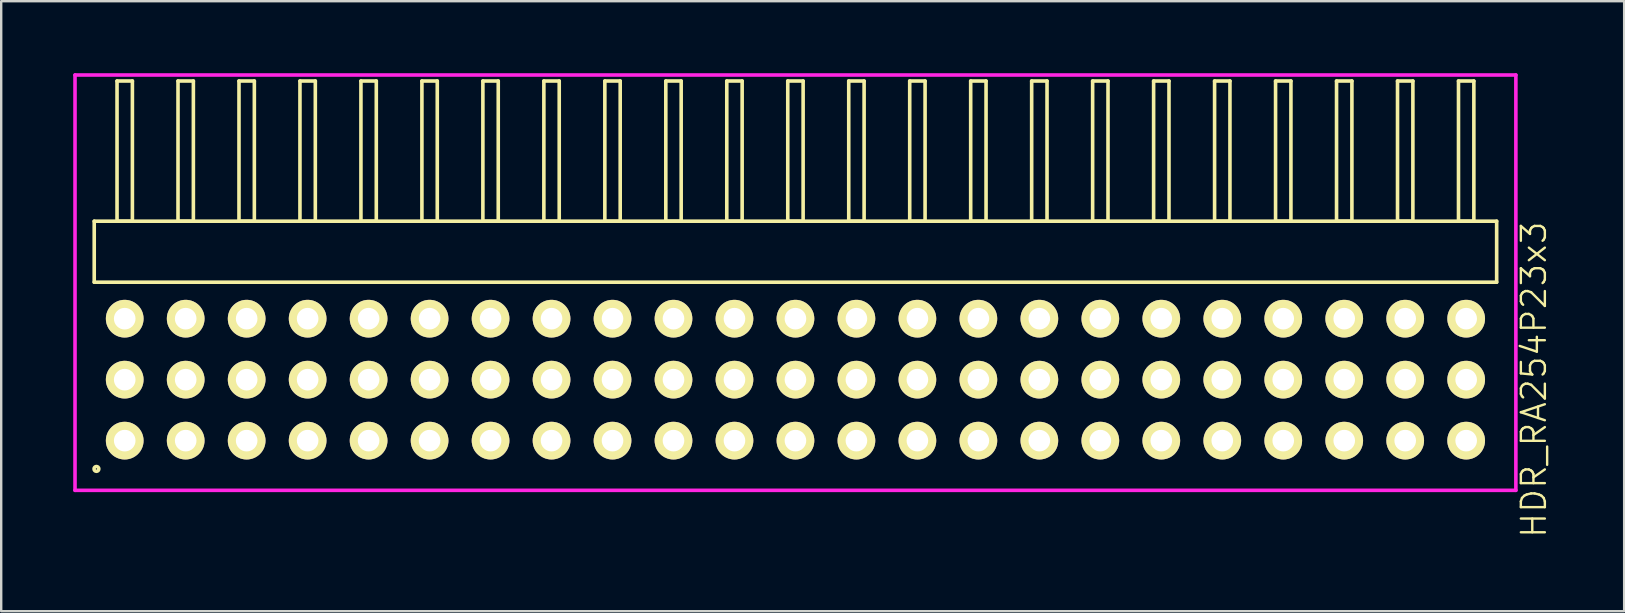
<source format=kicad_pcb>
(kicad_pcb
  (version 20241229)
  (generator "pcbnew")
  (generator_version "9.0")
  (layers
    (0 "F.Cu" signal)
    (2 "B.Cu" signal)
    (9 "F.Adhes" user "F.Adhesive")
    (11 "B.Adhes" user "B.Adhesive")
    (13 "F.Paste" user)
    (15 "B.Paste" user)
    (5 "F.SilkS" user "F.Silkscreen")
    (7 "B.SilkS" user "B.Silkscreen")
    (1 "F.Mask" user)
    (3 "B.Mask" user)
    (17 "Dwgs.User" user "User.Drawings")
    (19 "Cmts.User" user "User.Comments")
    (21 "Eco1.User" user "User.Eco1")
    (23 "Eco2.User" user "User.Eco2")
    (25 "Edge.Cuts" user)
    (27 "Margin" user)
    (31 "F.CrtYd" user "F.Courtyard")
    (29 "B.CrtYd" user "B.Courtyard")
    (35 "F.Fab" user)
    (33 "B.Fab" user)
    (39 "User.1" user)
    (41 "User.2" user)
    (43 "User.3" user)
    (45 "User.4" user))
  (footprint "HDR_RA254P23x3"
    (layer "F.Cu")
    (at 30.085 12.765)
    (property "Reference" "HDR_RA254P23x3" (at 30.76 0 90) (layer "F.SilkS") (effects (font (size 1 1) (thickness 0.1))))
    (attr through_hole)
    (fp_line (start -29.21 -6.6) (end -29.21 -4.06) (stroke (width 0.15) (type solid)) (layer "F.SilkS"))
    (fp_line (start -29.21 -4.06) (end 29.21 -4.06) (stroke (width 0.15) (type solid)) (layer "F.SilkS"))
    (fp_line (start -28.26 -12.44) (end -28.26 -6.6) (stroke (width 0.15) (type solid)) (layer "F.SilkS"))
    (fp_line (start -28.26 -6.6) (end -27.62 -6.6) (stroke (width 0.15) (type solid)) (layer "F.SilkS"))
    (fp_line (start -27.62 -12.44) (end -28.26 -12.44) (stroke (width 0.15) (type solid)) (layer "F.SilkS"))
    (fp_line (start -27.62 -6.6) (end -27.62 -12.44) (stroke (width 0.15) (type solid)) (layer "F.SilkS"))
    (fp_line (start -25.72 -12.44) (end -25.72 -6.6) (stroke (width 0.15) (type solid)) (layer "F.SilkS"))
    (fp_line (start -25.72 -6.6) (end -25.08 -6.6) (stroke (width 0.15) (type solid)) (layer "F.SilkS"))
    (fp_line (start -25.08 -12.44) (end -25.72 -12.44) (stroke (width 0.15) (type solid)) (layer "F.SilkS"))
    (fp_line (start -25.08 -6.6) (end -25.08 -12.44) (stroke (width 0.15) (type solid)) (layer "F.SilkS"))
    (fp_line (start -23.18 -12.44) (end -23.18 -6.6) (stroke (width 0.15) (type solid)) (layer "F.SilkS"))
    (fp_line (start -23.18 -6.6) (end -22.54 -6.6) (stroke (width 0.15) (type solid)) (layer "F.SilkS"))
    (fp_line (start -22.54 -12.44) (end -23.18 -12.44) (stroke (width 0.15) (type solid)) (layer "F.SilkS"))
    (fp_line (start -22.54 -6.6) (end -22.54 -12.44) (stroke (width 0.15) (type solid)) (layer "F.SilkS"))
    (fp_line (start -20.64 -12.44) (end -20.64 -6.6) (stroke (width 0.15) (type solid)) (layer "F.SilkS"))
    (fp_line (start -20.64 -6.6) (end -20 -6.6) (stroke (width 0.15) (type solid)) (layer "F.SilkS"))
    (fp_line (start -20 -12.44) (end -20.64 -12.44) (stroke (width 0.15) (type solid)) (layer "F.SilkS"))
    (fp_line (start -20 -6.6) (end -20 -12.44) (stroke (width 0.15) (type solid)) (layer "F.SilkS"))
    (fp_line (start -18.1 -12.44) (end -18.1 -6.6) (stroke (width 0.15) (type solid)) (layer "F.SilkS"))
    (fp_line (start -18.1 -6.6) (end -17.46 -6.6) (stroke (width 0.15) (type solid)) (layer "F.SilkS"))
    (fp_line (start -17.46 -12.44) (end -18.1 -12.44) (stroke (width 0.15) (type solid)) (layer "F.SilkS"))
    (fp_line (start -17.46 -6.6) (end -17.46 -12.44) (stroke (width 0.15) (type solid)) (layer "F.SilkS"))
    (fp_line (start -15.56 -12.44) (end -15.56 -6.6) (stroke (width 0.15) (type solid)) (layer "F.SilkS"))
    (fp_line (start -15.56 -6.6) (end -14.92 -6.6) (stroke (width 0.15) (type solid)) (layer "F.SilkS"))
    (fp_line (start -14.92 -12.44) (end -15.56 -12.44) (stroke (width 0.15) (type solid)) (layer "F.SilkS"))
    (fp_line (start -14.92 -6.6) (end -14.92 -12.44) (stroke (width 0.15) (type solid)) (layer "F.SilkS"))
    (fp_line (start -13.02 -12.44) (end -13.02 -6.6) (stroke (width 0.15) (type solid)) (layer "F.SilkS"))
    (fp_line (start -13.02 -6.6) (end -12.38 -6.6) (stroke (width 0.15) (type solid)) (layer "F.SilkS"))
    (fp_line (start -12.38 -12.44) (end -13.02 -12.44) (stroke (width 0.15) (type solid)) (layer "F.SilkS"))
    (fp_line (start -12.38 -6.6) (end -12.38 -12.44) (stroke (width 0.15) (type solid)) (layer "F.SilkS"))
    (fp_line (start -10.48 -12.44) (end -10.48 -6.6) (stroke (width 0.15) (type solid)) (layer "F.SilkS"))
    (fp_line (start -10.48 -6.6) (end -9.84 -6.6) (stroke (width 0.15) (type solid)) (layer "F.SilkS"))
    (fp_line (start -9.84 -12.44) (end -10.48 -12.44) (stroke (width 0.15) (type solid)) (layer "F.SilkS"))
    (fp_line (start -9.84 -6.6) (end -9.84 -12.44) (stroke (width 0.15) (type solid)) (layer "F.SilkS"))
    (fp_line (start -7.94 -12.44) (end -7.94 -6.6) (stroke (width 0.15) (type solid)) (layer "F.SilkS"))
    (fp_line (start -7.94 -6.6) (end -7.3 -6.6) (stroke (width 0.15) (type solid)) (layer "F.SilkS"))
    (fp_line (start -7.3 -12.44) (end -7.94 -12.44) (stroke (width 0.15) (type solid)) (layer "F.SilkS"))
    (fp_line (start -7.3 -6.6) (end -7.3 -12.44) (stroke (width 0.15) (type solid)) (layer "F.SilkS"))
    (fp_line (start -5.4 -12.44) (end -5.4 -6.6) (stroke (width 0.15) (type solid)) (layer "F.SilkS"))
    (fp_line (start -5.4 -6.6) (end -4.76 -6.6) (stroke (width 0.15) (type solid)) (layer "F.SilkS"))
    (fp_line (start -4.76 -12.44) (end -5.4 -12.44) (stroke (width 0.15) (type solid)) (layer "F.SilkS"))
    (fp_line (start -4.76 -6.6) (end -4.76 -12.44) (stroke (width 0.15) (type solid)) (layer "F.SilkS"))
    (fp_line (start -2.86 -12.44) (end -2.86 -6.6) (stroke (width 0.15) (type solid)) (layer "F.SilkS"))
    (fp_line (start -2.86 -6.6) (end -2.22 -6.6) (stroke (width 0.15) (type solid)) (layer "F.SilkS"))
    (fp_line (start -2.22 -12.44) (end -2.86 -12.44) (stroke (width 0.15) (type solid)) (layer "F.SilkS"))
    (fp_line (start -2.22 -6.6) (end -2.22 -12.44) (stroke (width 0.15) (type solid)) (layer "F.SilkS"))
    (fp_line (start -0.32 -12.44) (end -0.32 -6.6) (stroke (width 0.15) (type solid)) (layer "F.SilkS"))
    (fp_line (start -0.32 -6.6) (end 0.32 -6.6) (stroke (width 0.15) (type solid)) (layer "F.SilkS"))
    (fp_line (start 0.32 -12.44) (end -0.32 -12.44) (stroke (width 0.15) (type solid)) (layer "F.SilkS"))
    (fp_line (start 0.32 -6.6) (end 0.32 -12.44) (stroke (width 0.15) (type solid)) (layer "F.SilkS"))
    (fp_line (start 2.22 -12.44) (end 2.22 -6.6) (stroke (width 0.15) (type solid)) (layer "F.SilkS"))
    (fp_line (start 2.22 -6.6) (end 2.86 -6.6) (stroke (width 0.15) (type solid)) (layer "F.SilkS"))
    (fp_line (start 2.86 -12.44) (end 2.22 -12.44) (stroke (width 0.15) (type solid)) (layer "F.SilkS"))
    (fp_line (start 2.86 -6.6) (end 2.86 -12.44) (stroke (width 0.15) (type solid)) (layer "F.SilkS"))
    (fp_line (start 4.76 -12.44) (end 4.76 -6.6) (stroke (width 0.15) (type solid)) (layer "F.SilkS"))
    (fp_line (start 4.76 -6.6) (end 5.4 -6.6) (stroke (width 0.15) (type solid)) (layer "F.SilkS"))
    (fp_line (start 5.4 -12.44) (end 4.76 -12.44) (stroke (width 0.15) (type solid)) (layer "F.SilkS"))
    (fp_line (start 5.4 -6.6) (end 5.4 -12.44) (stroke (width 0.15) (type solid)) (layer "F.SilkS"))
    (fp_line (start 7.3 -12.44) (end 7.3 -6.6) (stroke (width 0.15) (type solid)) (layer "F.SilkS"))
    (fp_line (start 7.3 -6.6) (end 7.94 -6.6) (stroke (width 0.15) (type solid)) (layer "F.SilkS"))
    (fp_line (start 7.94 -12.44) (end 7.3 -12.44) (stroke (width 0.15) (type solid)) (layer "F.SilkS"))
    (fp_line (start 7.94 -6.6) (end 7.94 -12.44) (stroke (width 0.15) (type solid)) (layer "F.SilkS"))
    (fp_line (start 9.84 -12.44) (end 9.84 -6.6) (stroke (width 0.15) (type solid)) (layer "F.SilkS"))
    (fp_line (start 9.84 -6.6) (end 10.48 -6.6) (stroke (width 0.15) (type solid)) (layer "F.SilkS"))
    (fp_line (start 10.48 -12.44) (end 9.84 -12.44) (stroke (width 0.15) (type solid)) (layer "F.SilkS"))
    (fp_line (start 10.48 -6.6) (end 10.48 -12.44) (stroke (width 0.15) (type solid)) (layer "F.SilkS"))
    (fp_line (start 12.38 -12.44) (end 12.38 -6.6) (stroke (width 0.15) (type solid)) (layer "F.SilkS"))
    (fp_line (start 12.38 -6.6) (end 13.02 -6.6) (stroke (width 0.15) (type solid)) (layer "F.SilkS"))
    (fp_line (start 13.02 -12.44) (end 12.38 -12.44) (stroke (width 0.15) (type solid)) (layer "F.SilkS"))
    (fp_line (start 13.02 -6.6) (end 13.02 -12.44) (stroke (width 0.15) (type solid)) (layer "F.SilkS"))
    (fp_line (start 14.92 -12.44) (end 14.92 -6.6) (stroke (width 0.15) (type solid)) (layer "F.SilkS"))
    (fp_line (start 14.92 -6.6) (end 15.56 -6.6) (stroke (width 0.15) (type solid)) (layer "F.SilkS"))
    (fp_line (start 15.56 -12.44) (end 14.92 -12.44) (stroke (width 0.15) (type solid)) (layer "F.SilkS"))
    (fp_line (start 15.56 -6.6) (end 15.56 -12.44) (stroke (width 0.15) (type solid)) (layer "F.SilkS"))
    (fp_line (start 17.46 -12.44) (end 17.46 -6.6) (stroke (width 0.15) (type solid)) (layer "F.SilkS"))
    (fp_line (start 17.46 -6.6) (end 18.1 -6.6) (stroke (width 0.15) (type solid)) (layer "F.SilkS"))
    (fp_line (start 18.1 -12.44) (end 17.46 -12.44) (stroke (width 0.15) (type solid)) (layer "F.SilkS"))
    (fp_line (start 18.1 -6.6) (end 18.1 -12.44) (stroke (width 0.15) (type solid)) (layer "F.SilkS"))
    (fp_line (start 20 -12.44) (end 20 -6.6) (stroke (width 0.15) (type solid)) (layer "F.SilkS"))
    (fp_line (start 20 -6.6) (end 20.64 -6.6) (stroke (width 0.15) (type solid)) (layer "F.SilkS"))
    (fp_line (start 20.64 -12.44) (end 20 -12.44) (stroke (width 0.15) (type solid)) (layer "F.SilkS"))
    (fp_line (start 20.64 -6.6) (end 20.64 -12.44) (stroke (width 0.15) (type solid)) (layer "F.SilkS"))
    (fp_line (start 22.54 -12.44) (end 22.54 -6.6) (stroke (width 0.15) (type solid)) (layer "F.SilkS"))
    (fp_line (start 22.54 -6.6) (end 23.18 -6.6) (stroke (width 0.15) (type solid)) (layer "F.SilkS"))
    (fp_line (start 23.18 -12.44) (end 22.54 -12.44) (stroke (width 0.15) (type solid)) (layer "F.SilkS"))
    (fp_line (start 23.18 -6.6) (end 23.18 -12.44) (stroke (width 0.15) (type solid)) (layer "F.SilkS"))
    (fp_line (start 25.08 -12.44) (end 25.08 -6.6) (stroke (width 0.15) (type solid)) (layer "F.SilkS"))
    (fp_line (start 25.08 -6.6) (end 25.72 -6.6) (stroke (width 0.15) (type solid)) (layer "F.SilkS"))
    (fp_line (start 25.72 -12.44) (end 25.08 -12.44) (stroke (width 0.15) (type solid)) (layer "F.SilkS"))
    (fp_line (start 25.72 -6.6) (end 25.72 -12.44) (stroke (width 0.15) (type solid)) (layer "F.SilkS"))
    (fp_line (start 27.62 -12.44) (end 27.62 -6.6) (stroke (width 0.15) (type solid)) (layer "F.SilkS"))
    (fp_line (start 27.62 -6.6) (end 28.26 -6.6) (stroke (width 0.15) (type solid)) (layer "F.SilkS"))
    (fp_line (start 28.26 -12.44) (end 27.62 -12.44) (stroke (width 0.15) (type solid)) (layer "F.SilkS"))
    (fp_line (start 28.26 -6.6) (end 28.26 -12.44) (stroke (width 0.15) (type solid)) (layer "F.SilkS"))
    (fp_line (start 29.21 -6.6) (end -29.21 -6.6) (stroke (width 0.15) (type solid)) (layer "F.SilkS"))
    (fp_line (start 29.21 -4.06) (end 29.21 -6.6) (stroke (width 0.15) (type solid)) (layer "F.SilkS"))
    (fp_circle (center -29.118 3.718) (end -29.018 3.718) (stroke (width 0.15) (type solid)) (fill no) (layer "F.SilkS"))
    (fp_line (start -30.01 -12.69) (end -30.01 4.61) (stroke (width 0.15) (type solid)) (layer "F.CrtYd"))
    (fp_line (start -30.01 4.61) (end 30.01 4.61) (stroke (width 0.15) (type solid)) (layer "F.CrtYd"))
    (fp_line (start 30.01 -12.69) (end -30.01 -12.69) (stroke (width 0.15) (type solid)) (layer "F.CrtYd"))
    (fp_line (start 30.01 4.61) (end 30.01 -12.69) (stroke (width 0.15) (type solid)) (layer "F.CrtYd"))
    (pad "1" thru_hole oval (at -27.94 2.54) (size 1.57 1.57) (drill 0.9) (layers "*.Cu" "*.Mask" "F.SilkS"))
    (pad "2" thru_hole oval (at -27.94 0) (size 1.57 1.57) (drill 0.9) (layers "*.Cu" "*.Mask" "F.SilkS"))
    (pad "3" thru_hole oval (at -27.94 -2.54) (size 1.57 1.57) (drill 0.9) (layers "*.Cu" "*.Mask" "F.SilkS"))
    (pad "4" thru_hole oval (at -25.4 2.54) (size 1.57 1.57) (drill 0.9) (layers "*.Cu" "*.Mask" "F.SilkS"))
    (pad "5" thru_hole oval (at -25.4 0) (size 1.57 1.57) (drill 0.9) (layers "*.Cu" "*.Mask" "F.SilkS"))
    (pad "6" thru_hole oval (at -25.4 -2.54) (size 1.57 1.57) (drill 0.9) (layers "*.Cu" "*.Mask" "F.SilkS"))
    (pad "7" thru_hole oval (at -22.86 2.54) (size 1.57 1.57) (drill 0.9) (layers "*.Cu" "*.Mask" "F.SilkS"))
    (pad "8" thru_hole oval (at -22.86 0) (size 1.57 1.57) (drill 0.9) (layers "*.Cu" "*.Mask" "F.SilkS"))
    (pad "9" thru_hole oval (at -22.86 -2.54) (size 1.57 1.57) (drill 0.9) (layers "*.Cu" "*.Mask" "F.SilkS"))
    (pad "10" thru_hole oval (at -20.32 2.54) (size 1.57 1.57) (drill 0.9) (layers "*.Cu" "*.Mask" "F.SilkS"))
    (pad "11" thru_hole oval (at -20.32 0) (size 1.57 1.57) (drill 0.9) (layers "*.Cu" "*.Mask" "F.SilkS"))
    (pad "12" thru_hole oval (at -20.32 -2.54) (size 1.57 1.57) (drill 0.9) (layers "*.Cu" "*.Mask" "F.SilkS"))
    (pad "13" thru_hole oval (at -17.78 2.54) (size 1.57 1.57) (drill 0.9) (layers "*.Cu" "*.Mask" "F.SilkS"))
    (pad "14" thru_hole oval (at -17.78 0) (size 1.57 1.57) (drill 0.9) (layers "*.Cu" "*.Mask" "F.SilkS"))
    (pad "15" thru_hole oval (at -17.78 -2.54) (size 1.57 1.57) (drill 0.9) (layers "*.Cu" "*.Mask" "F.SilkS"))
    (pad "16" thru_hole oval (at -15.24 2.54) (size 1.57 1.57) (drill 0.9) (layers "*.Cu" "*.Mask" "F.SilkS"))
    (pad "17" thru_hole oval (at -15.24 0) (size 1.57 1.57) (drill 0.9) (layers "*.Cu" "*.Mask" "F.SilkS"))
    (pad "18" thru_hole oval (at -15.24 -2.54) (size 1.57 1.57) (drill 0.9) (layers "*.Cu" "*.Mask" "F.SilkS"))
    (pad "19" thru_hole oval (at -12.7 2.54) (size 1.57 1.57) (drill 0.9) (layers "*.Cu" "*.Mask" "F.SilkS"))
    (pad "20" thru_hole oval (at -12.7 0) (size 1.57 1.57) (drill 0.9) (layers "*.Cu" "*.Mask" "F.SilkS"))
    (pad "21" thru_hole oval (at -12.7 -2.54) (size 1.57 1.57) (drill 0.9) (layers "*.Cu" "*.Mask" "F.SilkS"))
    (pad "22" thru_hole oval (at -10.16 2.54) (size 1.57 1.57) (drill 0.9) (layers "*.Cu" "*.Mask" "F.SilkS"))
    (pad "23" thru_hole oval (at -10.16 0) (size 1.57 1.57) (drill 0.9) (layers "*.Cu" "*.Mask" "F.SilkS"))
    (pad "24" thru_hole oval (at -10.16 -2.54) (size 1.57 1.57) (drill 0.9) (layers "*.Cu" "*.Mask" "F.SilkS"))
    (pad "25" thru_hole oval (at -7.62 2.54) (size 1.57 1.57) (drill 0.9) (layers "*.Cu" "*.Mask" "F.SilkS"))
    (pad "26" thru_hole oval (at -7.62 0) (size 1.57 1.57) (drill 0.9) (layers "*.Cu" "*.Mask" "F.SilkS"))
    (pad "27" thru_hole oval (at -7.62 -2.54) (size 1.57 1.57) (drill 0.9) (layers "*.Cu" "*.Mask" "F.SilkS"))
    (pad "28" thru_hole oval (at -5.08 2.54) (size 1.57 1.57) (drill 0.9) (layers "*.Cu" "*.Mask" "F.SilkS"))
    (pad "29" thru_hole oval (at -5.08 0) (size 1.57 1.57) (drill 0.9) (layers "*.Cu" "*.Mask" "F.SilkS"))
    (pad "30" thru_hole oval (at -5.08 -2.54) (size 1.57 1.57) (drill 0.9) (layers "*.Cu" "*.Mask" "F.SilkS"))
    (pad "31" thru_hole oval (at -2.54 2.54) (size 1.57 1.57) (drill 0.9) (layers "*.Cu" "*.Mask" "F.SilkS"))
    (pad "32" thru_hole oval (at -2.54 0) (size 1.57 1.57) (drill 0.9) (layers "*.Cu" "*.Mask" "F.SilkS"))
    (pad "33" thru_hole oval (at -2.54 -2.54) (size 1.57 1.57) (drill 0.9) (layers "*.Cu" "*.Mask" "F.SilkS"))
    (pad "34" thru_hole oval (at 0 2.54) (size 1.57 1.57) (drill 0.9) (layers "*.Cu" "*.Mask" "F.SilkS"))
    (pad "35" thru_hole oval (at 0 0) (size 1.57 1.57) (drill 0.9) (layers "*.Cu" "*.Mask" "F.SilkS"))
    (pad "36" thru_hole oval (at 0 -2.54) (size 1.57 1.57) (drill 0.9) (layers "*.Cu" "*.Mask" "F.SilkS"))
    (pad "37" thru_hole oval (at 2.54 2.54) (size 1.57 1.57) (drill 0.9) (layers "*.Cu" "*.Mask" "F.SilkS"))
    (pad "38" thru_hole oval (at 2.54 0) (size 1.57 1.57) (drill 0.9) (layers "*.Cu" "*.Mask" "F.SilkS"))
    (pad "39" thru_hole oval (at 2.54 -2.54) (size 1.57 1.57) (drill 0.9) (layers "*.Cu" "*.Mask" "F.SilkS"))
    (pad "40" thru_hole oval (at 5.08 2.54) (size 1.57 1.57) (drill 0.9) (layers "*.Cu" "*.Mask" "F.SilkS"))
    (pad "41" thru_hole oval (at 5.08 0) (size 1.57 1.57) (drill 0.9) (layers "*.Cu" "*.Mask" "F.SilkS"))
    (pad "42" thru_hole oval (at 5.08 -2.54) (size 1.57 1.57) (drill 0.9) (layers "*.Cu" "*.Mask" "F.SilkS"))
    (pad "43" thru_hole oval (at 7.62 2.54) (size 1.57 1.57) (drill 0.9) (layers "*.Cu" "*.Mask" "F.SilkS"))
    (pad "44" thru_hole oval (at 7.62 0) (size 1.57 1.57) (drill 0.9) (layers "*.Cu" "*.Mask" "F.SilkS"))
    (pad "45" thru_hole oval (at 7.62 -2.54) (size 1.57 1.57) (drill 0.9) (layers "*.Cu" "*.Mask" "F.SilkS"))
    (pad "46" thru_hole oval (at 10.16 2.54) (size 1.57 1.57) (drill 0.9) (layers "*.Cu" "*.Mask" "F.SilkS"))
    (pad "47" thru_hole oval (at 10.16 0) (size 1.57 1.57) (drill 0.9) (layers "*.Cu" "*.Mask" "F.SilkS"))
    (pad "48" thru_hole oval (at 10.16 -2.54) (size 1.57 1.57) (drill 0.9) (layers "*.Cu" "*.Mask" "F.SilkS"))
    (pad "49" thru_hole oval (at 12.7 2.54) (size 1.57 1.57) (drill 0.9) (layers "*.Cu" "*.Mask" "F.SilkS"))
    (pad "50" thru_hole oval (at 12.7 0) (size 1.57 1.57) (drill 0.9) (layers "*.Cu" "*.Mask" "F.SilkS"))
    (pad "51" thru_hole oval (at 12.7 -2.54) (size 1.57 1.57) (drill 0.9) (layers "*.Cu" "*.Mask" "F.SilkS"))
    (pad "52" thru_hole oval (at 15.24 2.54) (size 1.57 1.57) (drill 0.9) (layers "*.Cu" "*.Mask" "F.SilkS"))
    (pad "53" thru_hole oval (at 15.24 0) (size 1.57 1.57) (drill 0.9) (layers "*.Cu" "*.Mask" "F.SilkS"))
    (pad "54" thru_hole oval (at 15.24 -2.54) (size 1.57 1.57) (drill 0.9) (layers "*.Cu" "*.Mask" "F.SilkS"))
    (pad "55" thru_hole oval (at 17.78 2.54) (size 1.57 1.57) (drill 0.9) (layers "*.Cu" "*.Mask" "F.SilkS"))
    (pad "56" thru_hole oval (at 17.78 0) (size 1.57 1.57) (drill 0.9) (layers "*.Cu" "*.Mask" "F.SilkS"))
    (pad "57" thru_hole oval (at 17.78 -2.54) (size 1.57 1.57) (drill 0.9) (layers "*.Cu" "*.Mask" "F.SilkS"))
    (pad "58" thru_hole oval (at 20.32 2.54) (size 1.57 1.57) (drill 0.9) (layers "*.Cu" "*.Mask" "F.SilkS"))
    (pad "59" thru_hole oval (at 20.32 0) (size 1.57 1.57) (drill 0.9) (layers "*.Cu" "*.Mask" "F.SilkS"))
    (pad "60" thru_hole oval (at 20.32 -2.54) (size 1.57 1.57) (drill 0.9) (layers "*.Cu" "*.Mask" "F.SilkS"))
    (pad "61" thru_hole oval (at 22.86 2.54) (size 1.57 1.57) (drill 0.9) (layers "*.Cu" "*.Mask" "F.SilkS"))
    (pad "62" thru_hole oval (at 22.86 0) (size 1.57 1.57) (drill 0.9) (layers "*.Cu" "*.Mask" "F.SilkS"))
    (pad "63" thru_hole oval (at 22.86 -2.54) (size 1.57 1.57) (drill 0.9) (layers "*.Cu" "*.Mask" "F.SilkS"))
    (pad "64" thru_hole oval (at 25.4 2.54) (size 1.57 1.57) (drill 0.9) (layers "*.Cu" "*.Mask" "F.SilkS"))
    (pad "65" thru_hole oval (at 25.4 0) (size 1.57 1.57) (drill 0.9) (layers "*.Cu" "*.Mask" "F.SilkS"))
    (pad "66" thru_hole oval (at 25.4 -2.54) (size 1.57 1.57) (drill 0.9) (layers "*.Cu" "*.Mask" "F.SilkS"))
    (pad "67" thru_hole oval (at 27.94 2.54) (size 1.57 1.57) (drill 0.9) (layers "*.Cu" "*.Mask" "F.SilkS"))
    (pad "68" thru_hole oval (at 27.94 0) (size 1.57 1.57) (drill 0.9) (layers "*.Cu" "*.Mask" "F.SilkS"))
    (pad "69" thru_hole oval (at 27.94 -2.54) (size 1.57 1.57) (drill 0.9) (layers "*.Cu" "*.Mask" "F.SilkS")))
  (gr_rect
    (start -3 -3)
    (end 64.606 22.41)
    (stroke (width 0.1) (type default))
    (fill no)
    (layer "Edge.Cuts")))
</source>
